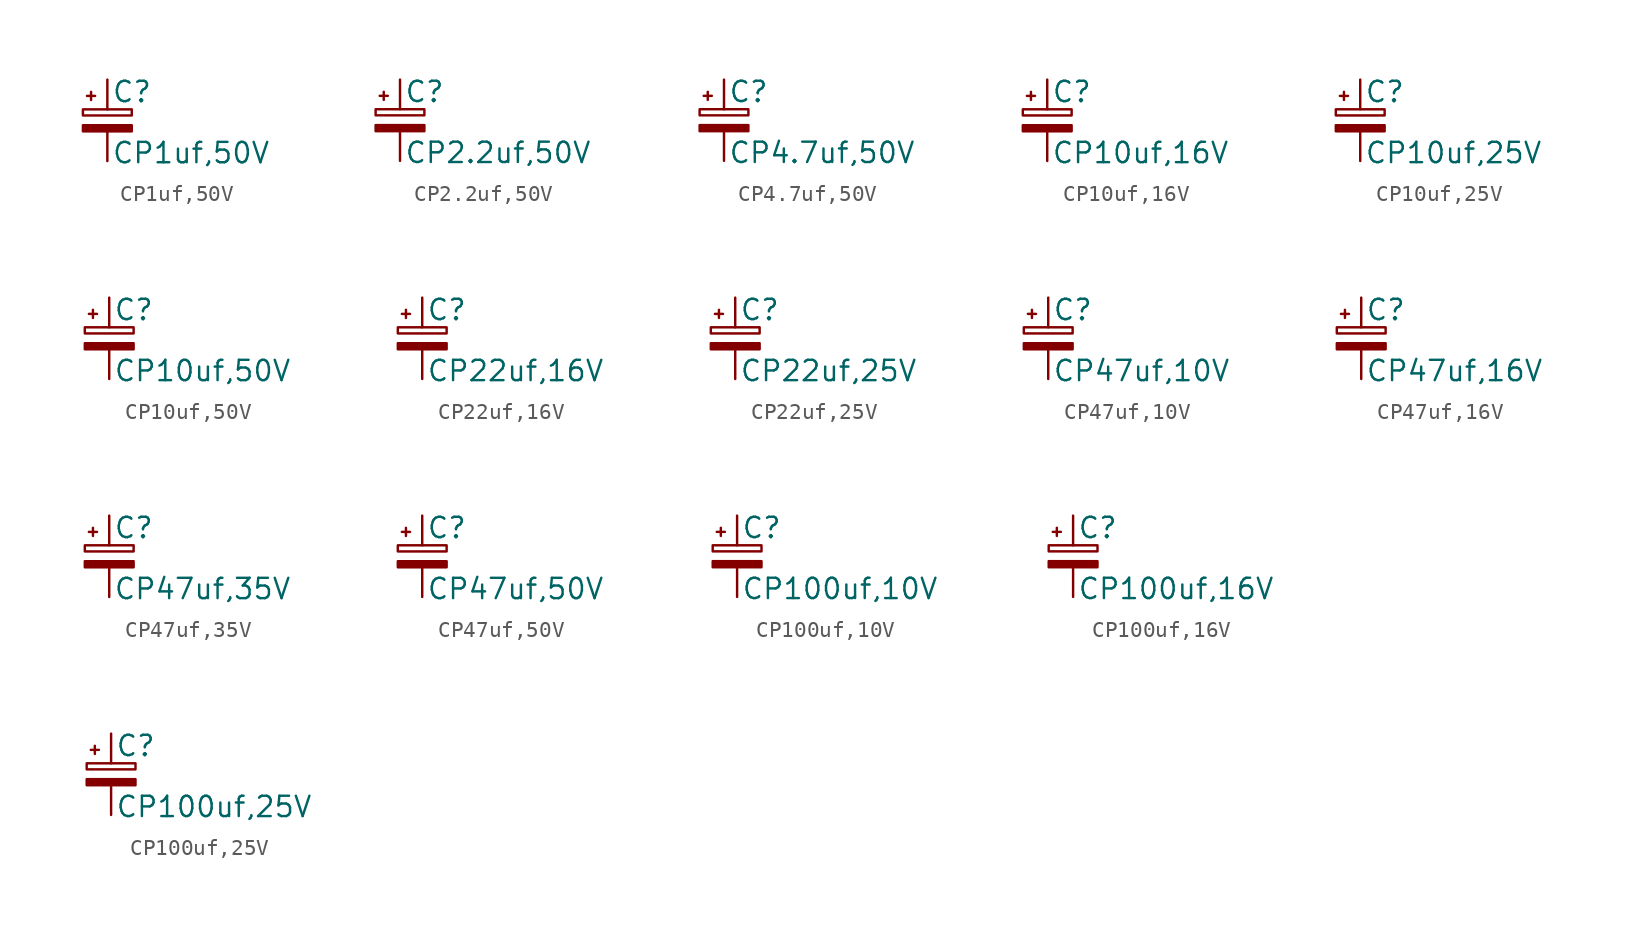
<source format=kicad_sym>
(kicad_symbol_lib
  (version 20211014)
  (generator kicad_symbol_editor)
  (symbol "CP1uf,50V"
    (pin_numbers hide)
    (pin_names
      (offset 0.254) hide)
    (property "Reference" "C"
      (at 0.254 1.778 0)
      (effects (font (size 1.27 1.27)) (justify left)))
    (property "Value" "CP1uf,50V"
      (at 0.254 -2.032 0)
      (effects (font (size 1.27 1.27)) (justify left)))
    (symbol "CP1uf,50V_0_1"
      (rectangle (start -1.524 -0.305) (end 1.524 -0.686) (stroke (width 0) (type default) (color 0 0 0 0)) (fill (type outline)))
      (rectangle (start -1.524 0.686) (end 1.524 0.305) (stroke (width 0) (type default) (color 0 0 0 0)) (fill (type none)))
      (polyline (pts (xy -1.27 1.524) (xy -0.762 1.524)) (stroke (width 0) (type default) (color 0 0 0 0)) (fill (type none)))
      (polyline (pts (xy -1.016 1.27) (xy -1.016 1.778)) (stroke (width 0) (type default) (color 0 0 0 0)) (fill (type none))))
    (symbol "CP1uf,50V_1_1"
      (pin passive line (at 0 2.54 270) (length 1.854) (name "~" (effects (font (size 1.27 1.27)))) (number "1" (effects (font (size 1.27 1.27)))))
      (pin passive line (at 0 -2.54 90) (length 1.854) (name "~" (effects (font (size 1.27 1.27)))) (number "2" (effects (font (size 1.27 1.27)))))))
  (symbol "CP2.2uf,50V"
    (pin_numbers hide)
    (pin_names
      (offset 0.254) hide)
    (property "Reference" "C"
      (at 0.254 1.778 0)
      (effects (font (size 1.27 1.27)) (justify left)))
    (property "Value" "CP2.2uf,50V"
      (at 0.254 -2.032 0)
      (effects (font (size 1.27 1.27)) (justify left)))
    (symbol "CP2.2uf,50V_0_1"
      (rectangle (start -1.524 -0.305) (end 1.524 -0.686) (stroke (width 0) (type default) (color 0 0 0 0)) (fill (type outline)))
      (rectangle (start -1.524 0.686) (end 1.524 0.305) (stroke (width 0) (type default) (color 0 0 0 0)) (fill (type none)))
      (polyline (pts (xy -1.27 1.524) (xy -0.762 1.524)) (stroke (width 0) (type default) (color 0 0 0 0)) (fill (type none)))
      (polyline (pts (xy -1.016 1.27) (xy -1.016 1.778)) (stroke (width 0) (type default) (color 0 0 0 0)) (fill (type none))))
    (symbol "CP2.2uf,50V_1_1"
      (pin passive line (at 0 2.54 270) (length 1.854) (name "~" (effects (font (size 1.27 1.27)))) (number "1" (effects (font (size 1.27 1.27)))))
      (pin passive line (at 0 -2.54 90) (length 1.854) (name "~" (effects (font (size 1.27 1.27)))) (number "2" (effects (font (size 1.27 1.27)))))))
  (symbol "CP4.7uf,50V"
    (pin_numbers hide)
    (pin_names
      (offset 0.254) hide)
    (property "Reference" "C"
      (at 0.254 1.778 0)
      (effects (font (size 1.27 1.27)) (justify left)))
    (property "Value" "CP4.7uf,50V"
      (at 0.254 -2.032 0)
      (effects (font (size 1.27 1.27)) (justify left)))
    (symbol "CP4.7uf,50V_0_1"
      (rectangle (start -1.524 -0.305) (end 1.524 -0.686) (stroke (width 0) (type default) (color 0 0 0 0)) (fill (type outline)))
      (rectangle (start -1.524 0.686) (end 1.524 0.305) (stroke (width 0) (type default) (color 0 0 0 0)) (fill (type none)))
      (polyline (pts (xy -1.27 1.524) (xy -0.762 1.524)) (stroke (width 0) (type default) (color 0 0 0 0)) (fill (type none)))
      (polyline (pts (xy -1.016 1.27) (xy -1.016 1.778)) (stroke (width 0) (type default) (color 0 0 0 0)) (fill (type none))))
    (symbol "CP4.7uf,50V_1_1"
      (pin passive line (at 0 2.54 270) (length 1.854) (name "~" (effects (font (size 1.27 1.27)))) (number "1" (effects (font (size 1.27 1.27)))))
      (pin passive line (at 0 -2.54 90) (length 1.854) (name "~" (effects (font (size 1.27 1.27)))) (number "2" (effects (font (size 1.27 1.27)))))))
  (symbol "CP10uf,16V"
    (pin_numbers hide)
    (pin_names
      (offset 0.254) hide)
    (property "Reference" "C"
      (at 0.254 1.778 0)
      (effects (font (size 1.27 1.27)) (justify left)))
    (property "Value" "CP10uf,16V"
      (at 0.254 -2.032 0)
      (effects (font (size 1.27 1.27)) (justify left)))
    (symbol "CP10uf,16V_0_1"
      (rectangle (start -1.524 -0.305) (end 1.524 -0.686) (stroke (width 0) (type default) (color 0 0 0 0)) (fill (type outline)))
      (rectangle (start -1.524 0.686) (end 1.524 0.305) (stroke (width 0) (type default) (color 0 0 0 0)) (fill (type none)))
      (polyline (pts (xy -1.27 1.524) (xy -0.762 1.524)) (stroke (width 0) (type default) (color 0 0 0 0)) (fill (type none)))
      (polyline (pts (xy -1.016 1.27) (xy -1.016 1.778)) (stroke (width 0) (type default) (color 0 0 0 0)) (fill (type none))))
    (symbol "CP10uf,16V_1_1"
      (pin passive line (at 0 2.54 270) (length 1.854) (name "~" (effects (font (size 1.27 1.27)))) (number "1" (effects (font (size 1.27 1.27)))))
      (pin passive line (at 0 -2.54 90) (length 1.854) (name "~" (effects (font (size 1.27 1.27)))) (number "2" (effects (font (size 1.27 1.27)))))))
  (symbol "CP10uf,25V"
    (pin_numbers hide)
    (pin_names
      (offset 0.254) hide)
    (property "Reference" "C"
      (at 0.254 1.778 0)
      (effects (font (size 1.27 1.27)) (justify left)))
    (property "Value" "CP10uf,25V"
      (at 0.254 -2.032 0)
      (effects (font (size 1.27 1.27)) (justify left)))
    (symbol "CP10uf,25V_0_1"
      (rectangle (start -1.524 -0.305) (end 1.524 -0.686) (stroke (width 0) (type default) (color 0 0 0 0)) (fill (type outline)))
      (rectangle (start -1.524 0.686) (end 1.524 0.305) (stroke (width 0) (type default) (color 0 0 0 0)) (fill (type none)))
      (polyline (pts (xy -1.27 1.524) (xy -0.762 1.524)) (stroke (width 0) (type default) (color 0 0 0 0)) (fill (type none)))
      (polyline (pts (xy -1.016 1.27) (xy -1.016 1.778)) (stroke (width 0) (type default) (color 0 0 0 0)) (fill (type none))))
    (symbol "CP10uf,25V_1_1"
      (pin passive line (at 0 2.54 270) (length 1.854) (name "~" (effects (font (size 1.27 1.27)))) (number "1" (effects (font (size 1.27 1.27)))))
      (pin passive line (at 0 -2.54 90) (length 1.854) (name "~" (effects (font (size 1.27 1.27)))) (number "2" (effects (font (size 1.27 1.27)))))))
  (symbol "CP10uf,50V"
    (pin_numbers hide)
    (pin_names
      (offset 0.254) hide)
    (property "Reference" "C"
      (at 0.254 1.778 0)
      (effects (font (size 1.27 1.27)) (justify left)))
    (property "Value" "CP10uf,50V"
      (at 0.254 -2.032 0)
      (effects (font (size 1.27 1.27)) (justify left)))
    (symbol "CP10uf,50V_0_1"
      (rectangle (start -1.524 -0.305) (end 1.524 -0.686) (stroke (width 0) (type default) (color 0 0 0 0)) (fill (type outline)))
      (rectangle (start -1.524 0.686) (end 1.524 0.305) (stroke (width 0) (type default) (color 0 0 0 0)) (fill (type none)))
      (polyline (pts (xy -1.27 1.524) (xy -0.762 1.524)) (stroke (width 0) (type default) (color 0 0 0 0)) (fill (type none)))
      (polyline (pts (xy -1.016 1.27) (xy -1.016 1.778)) (stroke (width 0) (type default) (color 0 0 0 0)) (fill (type none))))
    (symbol "CP10uf,50V_1_1"
      (pin passive line (at 0 2.54 270) (length 1.854) (name "~" (effects (font (size 1.27 1.27)))) (number "1" (effects (font (size 1.27 1.27)))))
      (pin passive line (at 0 -2.54 90) (length 1.854) (name "~" (effects (font (size 1.27 1.27)))) (number "2" (effects (font (size 1.27 1.27)))))))
  (symbol "CP22uf,16V"
    (pin_numbers hide)
    (pin_names
      (offset 0.254) hide)
    (property "Reference" "C"
      (at 0.254 1.778 0)
      (effects (font (size 1.27 1.27)) (justify left)))
    (property "Value" "CP22uf,16V"
      (at 0.254 -2.032 0)
      (effects (font (size 1.27 1.27)) (justify left)))
    (symbol "CP22uf,16V_0_1"
      (rectangle (start -1.524 -0.305) (end 1.524 -0.686) (stroke (width 0) (type default) (color 0 0 0 0)) (fill (type outline)))
      (rectangle (start -1.524 0.686) (end 1.524 0.305) (stroke (width 0) (type default) (color 0 0 0 0)) (fill (type none)))
      (polyline (pts (xy -1.27 1.524) (xy -0.762 1.524)) (stroke (width 0) (type default) (color 0 0 0 0)) (fill (type none)))
      (polyline (pts (xy -1.016 1.27) (xy -1.016 1.778)) (stroke (width 0) (type default) (color 0 0 0 0)) (fill (type none))))
    (symbol "CP22uf,16V_1_1"
      (pin passive line (at 0 2.54 270) (length 1.854) (name "~" (effects (font (size 1.27 1.27)))) (number "1" (effects (font (size 1.27 1.27)))))
      (pin passive line (at 0 -2.54 90) (length 1.854) (name "~" (effects (font (size 1.27 1.27)))) (number "2" (effects (font (size 1.27 1.27)))))))
  (symbol "CP22uf,25V"
    (pin_numbers hide)
    (pin_names
      (offset 0.254) hide)
    (property "Reference" "C"
      (at 0.254 1.778 0)
      (effects (font (size 1.27 1.27)) (justify left)))
    (property "Value" "CP22uf,25V"
      (at 0.254 -2.032 0)
      (effects (font (size 1.27 1.27)) (justify left)))
    (symbol "CP22uf,25V_0_1"
      (rectangle (start -1.524 -0.305) (end 1.524 -0.686) (stroke (width 0) (type default) (color 0 0 0 0)) (fill (type outline)))
      (rectangle (start -1.524 0.686) (end 1.524 0.305) (stroke (width 0) (type default) (color 0 0 0 0)) (fill (type none)))
      (polyline (pts (xy -1.27 1.524) (xy -0.762 1.524)) (stroke (width 0) (type default) (color 0 0 0 0)) (fill (type none)))
      (polyline (pts (xy -1.016 1.27) (xy -1.016 1.778)) (stroke (width 0) (type default) (color 0 0 0 0)) (fill (type none))))
    (symbol "CP22uf,25V_1_1"
      (pin passive line (at 0 2.54 270) (length 1.854) (name "~" (effects (font (size 1.27 1.27)))) (number "1" (effects (font (size 1.27 1.27)))))
      (pin passive line (at 0 -2.54 90) (length 1.854) (name "~" (effects (font (size 1.27 1.27)))) (number "2" (effects (font (size 1.27 1.27)))))))
  (symbol "CP47uf,10V"
    (pin_numbers hide)
    (pin_names
      (offset 0.254) hide)
    (property "Reference" "C"
      (at 0.254 1.778 0)
      (effects (font (size 1.27 1.27)) (justify left)))
    (property "Value" "CP47uf,10V"
      (at 0.254 -2.032 0)
      (effects (font (size 1.27 1.27)) (justify left)))
    (symbol "CP47uf,10V_0_1"
      (rectangle (start -1.524 -0.305) (end 1.524 -0.686) (stroke (width 0) (type default) (color 0 0 0 0)) (fill (type outline)))
      (rectangle (start -1.524 0.686) (end 1.524 0.305) (stroke (width 0) (type default) (color 0 0 0 0)) (fill (type none)))
      (polyline (pts (xy -1.27 1.524) (xy -0.762 1.524)) (stroke (width 0) (type default) (color 0 0 0 0)) (fill (type none)))
      (polyline (pts (xy -1.016 1.27) (xy -1.016 1.778)) (stroke (width 0) (type default) (color 0 0 0 0)) (fill (type none))))
    (symbol "CP47uf,10V_1_1"
      (pin passive line (at 0 2.54 270) (length 1.854) (name "~" (effects (font (size 1.27 1.27)))) (number "1" (effects (font (size 1.27 1.27)))))
      (pin passive line (at 0 -2.54 90) (length 1.854) (name "~" (effects (font (size 1.27 1.27)))) (number "2" (effects (font (size 1.27 1.27)))))))
  (symbol "CP47uf,16V"
    (pin_numbers hide)
    (pin_names
      (offset 0.254) hide)
    (property "Reference" "C"
      (at 0.254 1.778 0)
      (effects (font (size 1.27 1.27)) (justify left)))
    (property "Value" "CP47uf,16V"
      (at 0.254 -2.032 0)
      (effects (font (size 1.27 1.27)) (justify left)))
    (symbol "CP47uf,16V_0_1"
      (rectangle (start -1.524 -0.305) (end 1.524 -0.686) (stroke (width 0) (type default) (color 0 0 0 0)) (fill (type outline)))
      (rectangle (start -1.524 0.686) (end 1.524 0.305) (stroke (width 0) (type default) (color 0 0 0 0)) (fill (type none)))
      (polyline (pts (xy -1.27 1.524) (xy -0.762 1.524)) (stroke (width 0) (type default) (color 0 0 0 0)) (fill (type none)))
      (polyline (pts (xy -1.016 1.27) (xy -1.016 1.778)) (stroke (width 0) (type default) (color 0 0 0 0)) (fill (type none))))
    (symbol "CP47uf,16V_1_1"
      (pin passive line (at 0 2.54 270) (length 1.854) (name "~" (effects (font (size 1.27 1.27)))) (number "1" (effects (font (size 1.27 1.27)))))
      (pin passive line (at 0 -2.54 90) (length 1.854) (name "~" (effects (font (size 1.27 1.27)))) (number "2" (effects (font (size 1.27 1.27)))))))
  (symbol "CP47uf,35V"
    (pin_numbers hide)
    (pin_names
      (offset 0.254) hide)
    (property "Reference" "C"
      (at 0.254 1.778 0)
      (effects (font (size 1.27 1.27)) (justify left)))
    (property "Value" "CP47uf,35V"
      (at 0.254 -2.032 0)
      (effects (font (size 1.27 1.27)) (justify left)))
    (symbol "CP47uf,35V_0_1"
      (rectangle (start -1.524 -0.305) (end 1.524 -0.686) (stroke (width 0) (type default) (color 0 0 0 0)) (fill (type outline)))
      (rectangle (start -1.524 0.686) (end 1.524 0.305) (stroke (width 0) (type default) (color 0 0 0 0)) (fill (type none)))
      (polyline (pts (xy -1.27 1.524) (xy -0.762 1.524)) (stroke (width 0) (type default) (color 0 0 0 0)) (fill (type none)))
      (polyline (pts (xy -1.016 1.27) (xy -1.016 1.778)) (stroke (width 0) (type default) (color 0 0 0 0)) (fill (type none))))
    (symbol "CP47uf,35V_1_1"
      (pin passive line (at 0 2.54 270) (length 1.854) (name "~" (effects (font (size 1.27 1.27)))) (number "1" (effects (font (size 1.27 1.27)))))
      (pin passive line (at 0 -2.54 90) (length 1.854) (name "~" (effects (font (size 1.27 1.27)))) (number "2" (effects (font (size 1.27 1.27)))))))
  (symbol "CP47uf,50V"
    (pin_numbers hide)
    (pin_names
      (offset 0.254) hide)
    (property "Reference" "C"
      (at 0.254 1.778 0)
      (effects (font (size 1.27 1.27)) (justify left)))
    (property "Value" "CP47uf,50V"
      (at 0.254 -2.032 0)
      (effects (font (size 1.27 1.27)) (justify left)))
    (symbol "CP47uf,50V_0_1"
      (rectangle (start -1.524 -0.305) (end 1.524 -0.686) (stroke (width 0) (type default) (color 0 0 0 0)) (fill (type outline)))
      (rectangle (start -1.524 0.686) (end 1.524 0.305) (stroke (width 0) (type default) (color 0 0 0 0)) (fill (type none)))
      (polyline (pts (xy -1.27 1.524) (xy -0.762 1.524)) (stroke (width 0) (type default) (color 0 0 0 0)) (fill (type none)))
      (polyline (pts (xy -1.016 1.27) (xy -1.016 1.778)) (stroke (width 0) (type default) (color 0 0 0 0)) (fill (type none))))
    (symbol "CP47uf,50V_1_1"
      (pin passive line (at 0 2.54 270) (length 1.854) (name "~" (effects (font (size 1.27 1.27)))) (number "1" (effects (font (size 1.27 1.27)))))
      (pin passive line (at 0 -2.54 90) (length 1.854) (name "~" (effects (font (size 1.27 1.27)))) (number "2" (effects (font (size 1.27 1.27)))))))
  (symbol "CP100uf,10V"
    (pin_numbers hide)
    (pin_names
      (offset 0.254) hide)
    (property "Reference" "C"
      (at 0.254 1.778 0)
      (effects (font (size 1.27 1.27)) (justify left)))
    (property "Value" "CP100uf,10V"
      (at 0.254 -2.032 0)
      (effects (font (size 1.27 1.27)) (justify left)))
    (symbol "CP100uf,10V_0_1"
      (rectangle (start -1.524 -0.305) (end 1.524 -0.686) (stroke (width 0) (type default) (color 0 0 0 0)) (fill (type outline)))
      (rectangle (start -1.524 0.686) (end 1.524 0.305) (stroke (width 0) (type default) (color 0 0 0 0)) (fill (type none)))
      (polyline (pts (xy -1.27 1.524) (xy -0.762 1.524)) (stroke (width 0) (type default) (color 0 0 0 0)) (fill (type none)))
      (polyline (pts (xy -1.016 1.27) (xy -1.016 1.778)) (stroke (width 0) (type default) (color 0 0 0 0)) (fill (type none))))
    (symbol "CP100uf,10V_1_1"
      (pin passive line (at 0 2.54 270) (length 1.854) (name "~" (effects (font (size 1.27 1.27)))) (number "1" (effects (font (size 1.27 1.27)))))
      (pin passive line (at 0 -2.54 90) (length 1.854) (name "~" (effects (font (size 1.27 1.27)))) (number "2" (effects (font (size 1.27 1.27)))))))
  (symbol "CP100uf,16V"
    (pin_numbers hide)
    (pin_names
      (offset 0.254) hide)
    (property "Reference" "C"
      (at 0.254 1.778 0)
      (effects (font (size 1.27 1.27)) (justify left)))
    (property "Value" "CP100uf,16V"
      (at 0.254 -2.032 0)
      (effects (font (size 1.27 1.27)) (justify left)))
    (symbol "CP100uf,16V_0_1"
      (rectangle (start -1.524 -0.305) (end 1.524 -0.686) (stroke (width 0) (type default) (color 0 0 0 0)) (fill (type outline)))
      (rectangle (start -1.524 0.686) (end 1.524 0.305) (stroke (width 0) (type default) (color 0 0 0 0)) (fill (type none)))
      (polyline (pts (xy -1.27 1.524) (xy -0.762 1.524)) (stroke (width 0) (type default) (color 0 0 0 0)) (fill (type none)))
      (polyline (pts (xy -1.016 1.27) (xy -1.016 1.778)) (stroke (width 0) (type default) (color 0 0 0 0)) (fill (type none))))
    (symbol "CP100uf,16V_1_1"
      (pin passive line (at 0 2.54 270) (length 1.854) (name "~" (effects (font (size 1.27 1.27)))) (number "1" (effects (font (size 1.27 1.27)))))
      (pin passive line (at 0 -2.54 90) (length 1.854) (name "~" (effects (font (size 1.27 1.27)))) (number "2" (effects (font (size 1.27 1.27)))))))
  (symbol "CP100uf,25V"
    (pin_numbers hide)
    (pin_names
      (offset 0.254) hide)
    (property "Reference" "C"
      (at 0.254 1.778 0)
      (effects (font (size 1.27 1.27)) (justify left)))
    (property "Value" "CP100uf,25V"
      (at 0.254 -2.032 0)
      (effects (font (size 1.27 1.27)) (justify left)))
    (symbol "CP100uf,25V_0_1"
      (rectangle (start -1.524 -0.305) (end 1.524 -0.686) (stroke (width 0) (type default) (color 0 0 0 0)) (fill (type outline)))
      (rectangle (start -1.524 0.686) (end 1.524 0.305) (stroke (width 0) (type default) (color 0 0 0 0)) (fill (type none)))
      (polyline (pts (xy -1.27 1.524) (xy -0.762 1.524)) (stroke (width 0) (type default) (color 0 0 0 0)) (fill (type none)))
      (polyline (pts (xy -1.016 1.27) (xy -1.016 1.778)) (stroke (width 0) (type default) (color 0 0 0 0)) (fill (type none))))
    (symbol "CP100uf,25V_1_1"
      (pin passive line (at 0 2.54 270) (length 1.854) (name "~" (effects (font (size 1.27 1.27)))) (number "1" (effects (font (size 1.27 1.27)))))
      (pin passive line (at 0 -2.54 90) (length 1.854) (name "~" (effects (font (size 1.27 1.27)))) (number "2" (effects (font (size 1.27 1.27))))))))
</source>
